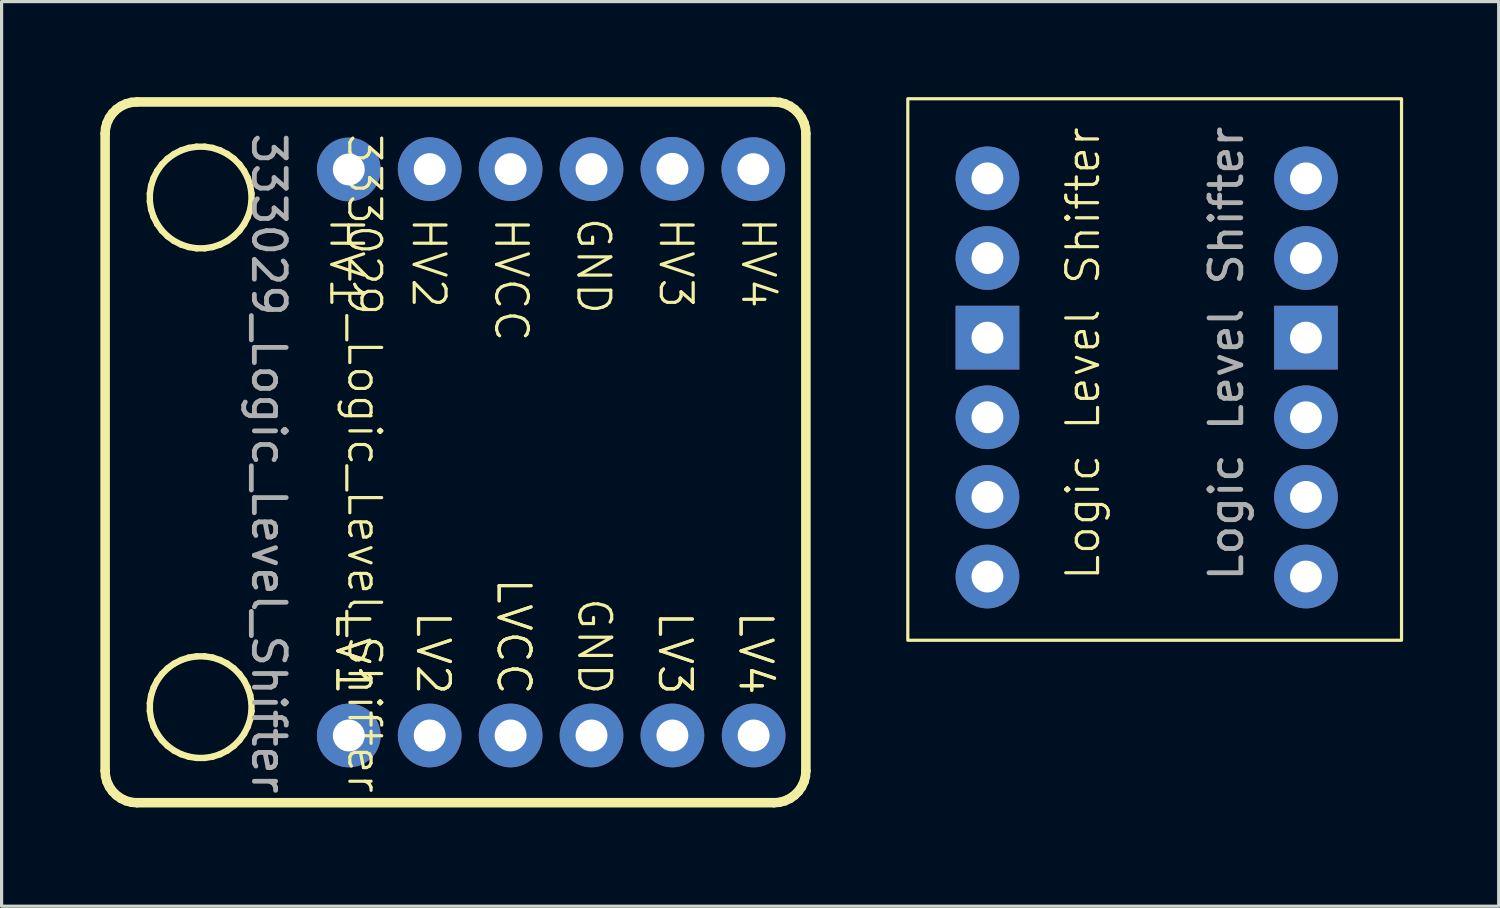
<source format=kicad_pcb>
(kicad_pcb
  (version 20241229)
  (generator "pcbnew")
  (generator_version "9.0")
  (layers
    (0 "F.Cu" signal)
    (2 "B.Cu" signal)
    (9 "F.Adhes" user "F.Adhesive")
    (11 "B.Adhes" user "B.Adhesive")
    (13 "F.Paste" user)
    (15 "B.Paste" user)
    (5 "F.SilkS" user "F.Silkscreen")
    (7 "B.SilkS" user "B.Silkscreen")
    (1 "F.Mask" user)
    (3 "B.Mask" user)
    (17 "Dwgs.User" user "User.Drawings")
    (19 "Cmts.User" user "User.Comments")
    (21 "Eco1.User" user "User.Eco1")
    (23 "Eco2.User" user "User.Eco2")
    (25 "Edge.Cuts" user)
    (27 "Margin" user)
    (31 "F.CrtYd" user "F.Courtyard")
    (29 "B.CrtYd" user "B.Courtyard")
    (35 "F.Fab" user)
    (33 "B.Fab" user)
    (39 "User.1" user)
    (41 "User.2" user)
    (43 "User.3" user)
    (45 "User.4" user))
  (footprint "333029_Logic_Level_Shifter"
    (layer "F.Cu")
    (at 0.25 22.15)
    (property "Reference" "333029_Logic_Level_Shifter" (at 8.14 -10.65 270) (unlocked yes) (layer "F.SilkS") (effects (font (size 1 1) (thickness 0.1))))
    (attr through_hole)
    (fp_line (start -0.05 -21) (end -0.034 -21.182) (stroke (width 0.2) (type default)) (layer "F.SilkS"))
    (fp_line (start -0.05 -1) (end -0.05 -21) (stroke (width 0.2) (type default)) (layer "F.SilkS"))
    (fp_line (start -0.034 -21.182) (end 0.013 -21.359) (stroke (width 0.2) (type default)) (layer "F.SilkS"))
    (fp_line (start -0.034 -0.818) (end -0.05 -1) (stroke (width 0.2) (type default)) (layer "F.SilkS"))
    (fp_line (start 0.013 -21.359) (end 0.091 -21.525) (stroke (width 0.2) (type default)) (layer "F.SilkS"))
    (fp_line (start 0.013 -0.641) (end -0.034 -0.818) (stroke (width 0.2) (type default)) (layer "F.SilkS"))
    (fp_line (start 0.05 -21.083) (end 0.05 -21) (stroke (width 0.2) (type default)) (layer "F.SilkS"))
    (fp_line (start 0.05 -21) (end 0.05 -1) (stroke (width 0.2) (type default)) (layer "F.SilkS"))
    (fp_line (start 0.05 -1) (end 0.05 -0.917) (stroke (width 0.2) (type default)) (layer "F.SilkS"))
    (fp_line (start 0.05 -0.917) (end 0.079 -0.753) (stroke (width 0.2) (type default)) (layer "F.SilkS"))
    (fp_line (start 0.079 -21.247) (end 0.05 -21.083) (stroke (width 0.2) (type default)) (layer "F.SilkS"))
    (fp_line (start 0.079 -0.753) (end 0.136 -0.597) (stroke (width 0.2) (type default)) (layer "F.SilkS"))
    (fp_line (start 0.091 -21.525) (end 0.196 -21.675) (stroke (width 0.2) (type default)) (layer "F.SilkS"))
    (fp_line (start 0.091 -0.475) (end 0.013 -0.641) (stroke (width 0.2) (type default)) (layer "F.SilkS"))
    (fp_line (start 0.136 -21.403) (end 0.079 -21.247) (stroke (width 0.2) (type default)) (layer "F.SilkS"))
    (fp_line (start 0.136 -0.597) (end 0.219 -0.453) (stroke (width 0.2) (type default)) (layer "F.SilkS"))
    (fp_line (start 0.196 -21.675) (end 0.325 -21.804) (stroke (width 0.2) (type default)) (layer "F.SilkS"))
    (fp_line (start 0.196 -0.325) (end 0.091 -0.475) (stroke (width 0.2) (type default)) (layer "F.SilkS"))
    (fp_line (start 0.219 -21.547) (end 0.136 -21.403) (stroke (width 0.2) (type default)) (layer "F.SilkS"))
    (fp_line (start 0.219 -0.453) (end 0.326 -0.326) (stroke (width 0.2) (type default)) (layer "F.SilkS"))
    (fp_line (start 0.325 -21.804) (end 0.475 -21.909) (stroke (width 0.2) (type default)) (layer "F.SilkS"))
    (fp_line (start 0.325 -0.196) (end 0.196 -0.325) (stroke (width 0.2) (type default)) (layer "F.SilkS"))
    (fp_line (start 0.326 -21.674) (end 0.219 -21.547) (stroke (width 0.2) (type default)) (layer "F.SilkS"))
    (fp_line (start 0.326 -0.326) (end 0.453 -0.219) (stroke (width 0.2) (type default)) (layer "F.SilkS"))
    (fp_line (start 0.453 -21.781) (end 0.326 -21.674) (stroke (width 0.2) (type default)) (layer "F.SilkS"))
    (fp_line (start 0.453 -0.219) (end 0.597 -0.136) (stroke (width 0.2) (type default)) (layer "F.SilkS"))
    (fp_line (start 0.475 -21.909) (end 0.641 -21.987) (stroke (width 0.2) (type default)) (layer "F.SilkS"))
    (fp_line (start 0.475 -0.091) (end 0.325 -0.196) (stroke (width 0.2) (type default)) (layer "F.SilkS"))
    (fp_line (start 0.597 -21.864) (end 0.453 -21.781) (stroke (width 0.2) (type default)) (layer "F.SilkS"))
    (fp_line (start 0.597 -0.136) (end 0.753 -0.079) (stroke (width 0.2) (type default)) (layer "F.SilkS"))
    (fp_line (start 0.641 -21.987) (end 0.818 -22.034) (stroke (width 0.2) (type default)) (layer "F.SilkS"))
    (fp_line (start 0.641 -0.013) (end 0.475 -0.091) (stroke (width 0.2) (type default)) (layer "F.SilkS"))
    (fp_line (start 0.753 -21.921) (end 0.597 -21.864) (stroke (width 0.2) (type default)) (layer "F.SilkS"))
    (fp_line (start 0.753 -0.079) (end 0.917 -0.05) (stroke (width 0.2) (type default)) (layer "F.SilkS"))
    (fp_line (start 0.818 -22.034) (end 1 -22.05) (stroke (width 0.2) (type default)) (layer "F.SilkS"))
    (fp_line (start 0.818 0.034) (end 0.641 -0.013) (stroke (width 0.2) (type default)) (layer "F.SilkS"))
    (fp_line (start 0.917 -21.95) (end 0.753 -21.921) (stroke (width 0.2) (type default)) (layer "F.SilkS"))
    (fp_line (start 0.917 -0.05) (end 1 -0.05) (stroke (width 0.2) (type default)) (layer "F.SilkS"))
    (fp_line (start 1 -22.05) (end 21 -22.05) (stroke (width 0.2) (type default)) (layer "F.SilkS"))
    (fp_line (start 1 -21.95) (end 0.917 -21.95) (stroke (width 0.2) (type default)) (layer "F.SilkS"))
    (fp_line (start 1 -0.05) (end 21 -0.05) (stroke (width 0.2) (type default)) (layer "F.SilkS"))
    (fp_line (start 1 0.05) (end 0.818 0.034) (stroke (width 0.2) (type default)) (layer "F.SilkS"))
    (fp_line (start 1.405 -19.126) (end 1.444 -19.374) (stroke (width 0.2) (type default)) (layer "F.SilkS"))
    (fp_line (start 1.405 -18.874) (end 1.405 -19.126) (stroke (width 0.2) (type default)) (layer "F.SilkS"))
    (fp_line (start 1.405 -3.126) (end 1.444 -3.374) (stroke (width 0.2) (type default)) (layer "F.SilkS"))
    (fp_line (start 1.405 -2.874) (end 1.405 -3.126) (stroke (width 0.2) (type default)) (layer "F.SilkS"))
    (fp_line (start 1.444 -19.374) (end 1.522 -19.612) (stroke (width 0.2) (type default)) (layer "F.SilkS"))
    (fp_line (start 1.444 -18.626) (end 1.405 -18.874) (stroke (width 0.2) (type default)) (layer "F.SilkS"))
    (fp_line (start 1.444 -3.374) (end 1.522 -3.612) (stroke (width 0.2) (type default)) (layer "F.SilkS"))
    (fp_line (start 1.444 -2.626) (end 1.405 -2.874) (stroke (width 0.2) (type default)) (layer "F.SilkS"))
    (fp_line (start 1.522 -19.612) (end 1.636 -19.836) (stroke (width 0.2) (type default)) (layer "F.SilkS"))
    (fp_line (start 1.522 -18.388) (end 1.444 -18.626) (stroke (width 0.2) (type default)) (layer "F.SilkS"))
    (fp_line (start 1.522 -3.612) (end 1.636 -3.836) (stroke (width 0.2) (type default)) (layer "F.SilkS"))
    (fp_line (start 1.522 -2.388) (end 1.444 -2.626) (stroke (width 0.2) (type default)) (layer "F.SilkS"))
    (fp_line (start 1.636 -19.836) (end 1.783 -20.039) (stroke (width 0.2) (type default)) (layer "F.SilkS"))
    (fp_line (start 1.636 -18.164) (end 1.522 -18.388) (stroke (width 0.2) (type default)) (layer "F.SilkS"))
    (fp_line (start 1.636 -3.836) (end 1.783 -4.039) (stroke (width 0.2) (type default)) (layer "F.SilkS"))
    (fp_line (start 1.636 -2.164) (end 1.522 -2.388) (stroke (width 0.2) (type default)) (layer "F.SilkS"))
    (fp_line (start 1.783 -20.039) (end 1.961 -20.217) (stroke (width 0.2) (type default)) (layer "F.SilkS"))
    (fp_line (start 1.783 -17.961) (end 1.636 -18.164) (stroke (width 0.2) (type default)) (layer "F.SilkS"))
    (fp_line (start 1.783 -4.039) (end 1.961 -4.217) (stroke (width 0.2) (type default)) (layer "F.SilkS"))
    (fp_line (start 1.783 -1.961) (end 1.636 -2.164) (stroke (width 0.2) (type default)) (layer "F.SilkS"))
    (fp_line (start 1.961 -20.217) (end 2.164 -20.364) (stroke (width 0.2) (type default)) (layer "F.SilkS"))
    (fp_line (start 1.961 -17.783) (end 1.783 -17.961) (stroke (width 0.2) (type default)) (layer "F.SilkS"))
    (fp_line (start 1.961 -4.217) (end 2.164 -4.364) (stroke (width 0.2) (type default)) (layer "F.SilkS"))
    (fp_line (start 1.961 -1.783) (end 1.783 -1.961) (stroke (width 0.2) (type default)) (layer "F.SilkS"))
    (fp_line (start 2.164 -20.364) (end 2.388 -20.478) (stroke (width 0.2) (type default)) (layer "F.SilkS"))
    (fp_line (start 2.164 -17.636) (end 1.961 -17.783) (stroke (width 0.2) (type default)) (layer "F.SilkS"))
    (fp_line (start 2.164 -4.364) (end 2.388 -4.478) (stroke (width 0.2) (type default)) (layer "F.SilkS"))
    (fp_line (start 2.164 -1.636) (end 1.961 -1.783) (stroke (width 0.2) (type default)) (layer "F.SilkS"))
    (fp_line (start 2.388 -20.478) (end 2.626 -20.556) (stroke (width 0.2) (type default)) (layer "F.SilkS"))
    (fp_line (start 2.388 -17.522) (end 2.164 -17.636) (stroke (width 0.2) (type default)) (layer "F.SilkS"))
    (fp_line (start 2.388 -4.478) (end 2.626 -4.556) (stroke (width 0.2) (type default)) (layer "F.SilkS"))
    (fp_line (start 2.388 -1.522) (end 2.164 -1.636) (stroke (width 0.2) (type default)) (layer "F.SilkS"))
    (fp_line (start 2.626 -20.556) (end 2.874 -20.595) (stroke (width 0.2) (type default)) (layer "F.SilkS"))
    (fp_line (start 2.626 -17.444) (end 2.388 -17.522) (stroke (width 0.2) (type default)) (layer "F.SilkS"))
    (fp_line (start 2.626 -4.556) (end 2.874 -4.595) (stroke (width 0.2) (type default)) (layer "F.SilkS"))
    (fp_line (start 2.626 -1.444) (end 2.388 -1.522) (stroke (width 0.2) (type default)) (layer "F.SilkS"))
    (fp_line (start 2.874 -20.595) (end 3.126 -20.595) (stroke (width 0.2) (type default)) (layer "F.SilkS"))
    (fp_line (start 2.874 -17.405) (end 2.626 -17.444) (stroke (width 0.2) (type default)) (layer "F.SilkS"))
    (fp_line (start 2.874 -4.595) (end 3.126 -4.595) (stroke (width 0.2) (type default)) (layer "F.SilkS"))
    (fp_line (start 2.874 -1.405) (end 2.626 -1.444) (stroke (width 0.2) (type default)) (layer "F.SilkS"))
    (fp_line (start 3.126 -20.595) (end 3.374 -20.556) (stroke (width 0.2) (type default)) (layer "F.SilkS"))
    (fp_line (start 3.126 -17.405) (end 2.874 -17.405) (stroke (width 0.2) (type default)) (layer "F.SilkS"))
    (fp_line (start 3.126 -4.595) (end 3.374 -4.556) (stroke (width 0.2) (type default)) (layer "F.SilkS"))
    (fp_line (start 3.126 -1.405) (end 2.874 -1.405) (stroke (width 0.2) (type default)) (layer "F.SilkS"))
    (fp_line (start 3.374 -20.556) (end 3.612 -20.478) (stroke (width 0.2) (type default)) (layer "F.SilkS"))
    (fp_line (start 3.374 -17.444) (end 3.126 -17.405) (stroke (width 0.2) (type default)) (layer "F.SilkS"))
    (fp_line (start 3.374 -4.556) (end 3.612 -4.478) (stroke (width 0.2) (type default)) (layer "F.SilkS"))
    (fp_line (start 3.374 -1.444) (end 3.126 -1.405) (stroke (width 0.2) (type default)) (layer "F.SilkS"))
    (fp_line (start 3.612 -20.478) (end 3.836 -20.364) (stroke (width 0.2) (type default)) (layer "F.SilkS"))
    (fp_line (start 3.612 -17.522) (end 3.374 -17.444) (stroke (width 0.2) (type default)) (layer "F.SilkS"))
    (fp_line (start 3.612 -4.478) (end 3.836 -4.364) (stroke (width 0.2) (type default)) (layer "F.SilkS"))
    (fp_line (start 3.612 -1.522) (end 3.374 -1.444) (stroke (width 0.2) (type default)) (layer "F.SilkS"))
    (fp_line (start 3.836 -20.364) (end 4.039 -20.217) (stroke (width 0.2) (type default)) (layer "F.SilkS"))
    (fp_line (start 3.836 -17.636) (end 3.612 -17.522) (stroke (width 0.2) (type default)) (layer "F.SilkS"))
    (fp_line (start 3.836 -4.364) (end 4.039 -4.217) (stroke (width 0.2) (type default)) (layer "F.SilkS"))
    (fp_line (start 3.836 -1.636) (end 3.612 -1.522) (stroke (width 0.2) (type default)) (layer "F.SilkS"))
    (fp_line (start 4.039 -20.217) (end 4.217 -20.039) (stroke (width 0.2) (type default)) (layer "F.SilkS"))
    (fp_line (start 4.039 -17.783) (end 3.836 -17.636) (stroke (width 0.2) (type default)) (layer "F.SilkS"))
    (fp_line (start 4.039 -4.217) (end 4.217 -4.039) (stroke (width 0.2) (type default)) (layer "F.SilkS"))
    (fp_line (start 4.039 -1.783) (end 3.836 -1.636) (stroke (width 0.2) (type default)) (layer "F.SilkS"))
    (fp_line (start 4.217 -20.039) (end 4.364 -19.836) (stroke (width 0.2) (type default)) (layer "F.SilkS"))
    (fp_line (start 4.217 -17.961) (end 4.039 -17.783) (stroke (width 0.2) (type default)) (layer "F.SilkS"))
    (fp_line (start 4.217 -4.039) (end 4.364 -3.836) (stroke (width 0.2) (type default)) (layer "F.SilkS"))
    (fp_line (start 4.217 -1.961) (end 4.039 -1.783) (stroke (width 0.2) (type default)) (layer "F.SilkS"))
    (fp_line (start 4.364 -19.836) (end 4.478 -19.612) (stroke (width 0.2) (type default)) (layer "F.SilkS"))
    (fp_line (start 4.364 -18.164) (end 4.217 -17.961) (stroke (width 0.2) (type default)) (layer "F.SilkS"))
    (fp_line (start 4.364 -3.836) (end 4.478 -3.612) (stroke (width 0.2) (type default)) (layer "F.SilkS"))
    (fp_line (start 4.364 -2.164) (end 4.217 -1.961) (stroke (width 0.2) (type default)) (layer "F.SilkS"))
    (fp_line (start 4.478 -19.612) (end 4.556 -19.374) (stroke (width 0.2) (type default)) (layer "F.SilkS"))
    (fp_line (start 4.478 -18.388) (end 4.364 -18.164) (stroke (width 0.2) (type default)) (layer "F.SilkS"))
    (fp_line (start 4.478 -3.612) (end 4.556 -3.374) (stroke (width 0.2) (type default)) (layer "F.SilkS"))
    (fp_line (start 4.478 -2.388) (end 4.364 -2.164) (stroke (width 0.2) (type default)) (layer "F.SilkS"))
    (fp_line (start 4.556 -19.374) (end 4.595 -19.126) (stroke (width 0.2) (type default)) (layer "F.SilkS"))
    (fp_line (start 4.556 -18.626) (end 4.478 -18.388) (stroke (width 0.2) (type default)) (layer "F.SilkS"))
    (fp_line (start 4.556 -3.374) (end 4.595 -3.126) (stroke (width 0.2) (type default)) (layer "F.SilkS"))
    (fp_line (start 4.556 -2.626) (end 4.478 -2.388) (stroke (width 0.2) (type default)) (layer "F.SilkS"))
    (fp_line (start 4.595 -19.126) (end 4.595 -18.874) (stroke (width 0.2) (type default)) (layer "F.SilkS"))
    (fp_line (start 4.595 -18.874) (end 4.556 -18.626) (stroke (width 0.2) (type default)) (layer "F.SilkS"))
    (fp_line (start 4.595 -3.126) (end 4.595 -2.874) (stroke (width 0.2) (type default)) (layer "F.SilkS"))
    (fp_line (start 4.595 -2.874) (end 4.556 -2.626) (stroke (width 0.2) (type default)) (layer "F.SilkS"))
    (fp_line (start 21 -22.05) (end 21.182 -22.034) (stroke (width 0.2) (type default)) (layer "F.SilkS"))
    (fp_line (start 21 -21.95) (end 1 -21.95) (stroke (width 0.2) (type default)) (layer "F.SilkS"))
    (fp_line (start 21 -0.05) (end 21.083 -0.05) (stroke (width 0.2) (type default)) (layer "F.SilkS"))
    (fp_line (start 21 0.05) (end 1 0.05) (stroke (width 0.2) (type default)) (layer "F.SilkS"))
    (fp_line (start 21.083 -21.95) (end 21 -21.95) (stroke (width 0.2) (type default)) (layer "F.SilkS"))
    (fp_line (start 21.083 -0.05) (end 21.247 -0.079) (stroke (width 0.2) (type default)) (layer "F.SilkS"))
    (fp_line (start 21.182 -22.034) (end 21.359 -21.987) (stroke (width 0.2) (type default)) (layer "F.SilkS"))
    (fp_line (start 21.182 0.034) (end 21 0.05) (stroke (width 0.2) (type default)) (layer "F.SilkS"))
    (fp_line (start 21.247 -21.921) (end 21.083 -21.95) (stroke (width 0.2) (type default)) (layer "F.SilkS"))
    (fp_line (start 21.247 -0.079) (end 21.403 -0.136) (stroke (width 0.2) (type default)) (layer "F.SilkS"))
    (fp_line (start 21.359 -21.987) (end 21.525 -21.909) (stroke (width 0.2) (type default)) (layer "F.SilkS"))
    (fp_line (start 21.359 -0.013) (end 21.182 0.034) (stroke (width 0.2) (type default)) (layer "F.SilkS"))
    (fp_line (start 21.403 -21.864) (end 21.247 -21.921) (stroke (width 0.2) (type default)) (layer "F.SilkS"))
    (fp_line (start 21.403 -0.136) (end 21.547 -0.219) (stroke (width 0.2) (type default)) (layer "F.SilkS"))
    (fp_line (start 21.525 -21.909) (end 21.675 -21.804) (stroke (width 0.2) (type default)) (layer "F.SilkS"))
    (fp_line (start 21.525 -0.091) (end 21.359 -0.013) (stroke (width 0.2) (type default)) (layer "F.SilkS"))
    (fp_line (start 21.547 -21.781) (end 21.403 -21.864) (stroke (width 0.2) (type default)) (layer "F.SilkS"))
    (fp_line (start 21.547 -0.219) (end 21.674 -0.326) (stroke (width 0.2) (type default)) (layer "F.SilkS"))
    (fp_line (start 21.674 -21.674) (end 21.547 -21.781) (stroke (width 0.2) (type default)) (layer "F.SilkS"))
    (fp_line (start 21.674 -0.326) (end 21.781 -0.453) (stroke (width 0.2) (type default)) (layer "F.SilkS"))
    (fp_line (start 21.675 -21.804) (end 21.804 -21.675) (stroke (width 0.2) (type default)) (layer "F.SilkS"))
    (fp_line (start 21.675 -0.196) (end 21.525 -0.091) (stroke (width 0.2) (type default)) (layer "F.SilkS"))
    (fp_line (start 21.781 -21.547) (end 21.674 -21.674) (stroke (width 0.2) (type default)) (layer "F.SilkS"))
    (fp_line (start 21.781 -0.453) (end 21.864 -0.597) (stroke (width 0.2) (type default)) (layer "F.SilkS"))
    (fp_line (start 21.804 -21.675) (end 21.909 -21.525) (stroke (width 0.2) (type default)) (layer "F.SilkS"))
    (fp_line (start 21.804 -0.325) (end 21.675 -0.196) (stroke (width 0.2) (type default)) (layer "F.SilkS"))
    (fp_line (start 21.864 -21.403) (end 21.781 -21.547) (stroke (width 0.2) (type default)) (layer "F.SilkS"))
    (fp_line (start 21.864 -0.597) (end 21.921 -0.753) (stroke (width 0.2) (type default)) (layer "F.SilkS"))
    (fp_line (start 21.909 -21.525) (end 21.987 -21.359) (stroke (width 0.2) (type default)) (layer "F.SilkS"))
    (fp_line (start 21.909 -0.475) (end 21.804 -0.325) (stroke (width 0.2) (type default)) (layer "F.SilkS"))
    (fp_line (start 21.921 -21.247) (end 21.864 -21.403) (stroke (width 0.2) (type default)) (layer "F.SilkS"))
    (fp_line (start 21.921 -0.753) (end 21.95 -0.917) (stroke (width 0.2) (type default)) (layer "F.SilkS"))
    (fp_line (start 21.95 -21.083) (end 21.921 -21.247) (stroke (width 0.2) (type default)) (layer "F.SilkS"))
    (fp_line (start 21.95 -21) (end 21.95 -21.083) (stroke (width 0.2) (type default)) (layer "F.SilkS"))
    (fp_line (start 21.95 -1) (end 21.95 -21) (stroke (width 0.2) (type default)) (layer "F.SilkS"))
    (fp_line (start 21.95 -0.917) (end 21.95 -1) (stroke (width 0.2) (type default)) (layer "F.SilkS"))
    (fp_line (start 21.987 -21.359) (end 22.034 -21.182) (stroke (width 0.2) (type default)) (layer "F.SilkS"))
    (fp_line (start 21.987 -0.641) (end 21.909 -0.475) (stroke (width 0.2) (type default)) (layer "F.SilkS"))
    (fp_line (start 22.034 -21.182) (end 22.05 -21) (stroke (width 0.2) (type default)) (layer "F.SilkS"))
    (fp_line (start 22.034 -0.818) (end 21.987 -0.641) (stroke (width 0.2) (type default)) (layer "F.SilkS"))
    (fp_line (start 22.05 -21) (end 22.05 -1) (stroke (width 0.2) (type default)) (layer "F.SilkS"))
    (fp_line (start 22.05 -1) (end 22.034 -0.818) (stroke (width 0.2) (type default)) (layer "F.SilkS"))
    (fp_text user "HV1" (at 6.99 -18.44 270) (unlocked yes) (layer "F.SilkS") (effects (font (size 1 1) (thickness 0.1)) (justify left bottom)))
    (fp_text user "GND" (at 14.776 -3.32 270) (unlocked yes) (layer "F.SilkS") (effects (font (size 1 1) (thickness 0.1)) (justify right bottom)))
    (fp_text user "LV2" (at 9.712 -3.32 270) (unlocked yes) (layer "F.SilkS") (effects (font (size 1 1) (thickness 0.1)) (justify right bottom)))
    (fp_text user "LV2" (at 9.712 -3.32 270) (unlocked yes) (layer "F.SilkS") (effects (font (size 1 1) (thickness 0.1)) (justify right bottom)))
    (fp_text user "LV1" (at 7.18 -3.32 270) (unlocked yes) (layer "F.SilkS") (effects (font (size 1 1) (thickness 0.1)) (justify right bottom)))
    (fp_text user "LV4" (at 19.84 -3.32 270) (unlocked yes) (layer "F.SilkS") (effects (font (size 1 1) (thickness 0.1)) (justify right bottom)))
    (fp_text user "GND" (at 14.748 -18.44 270) (unlocked yes) (layer "F.SilkS") (effects (font (size 1 1) (thickness 0.1)) (justify left bottom)))
    (fp_text user "LV1" (at 7.18 -3.32 270) (unlocked yes) (layer "F.SilkS") (effects (font (size 1 1) (thickness 0.1)) (justify right bottom)))
    (fp_text user "HV3" (at 17.334 -18.44 270) (unlocked yes) (layer "F.SilkS") (effects (font (size 1 1) (thickness 0.1)) (justify left bottom)))
    (fp_text user "LV4" (at 19.84 -3.32 270) (unlocked yes) (layer "F.SilkS") (effects (font (size 1 1) (thickness 0.1)) (justify right bottom)))
    (fp_text user "HV2" (at 9.576 -18.44 270) (unlocked yes) (layer "F.SilkS") (effects (font (size 1 1) (thickness 0.1)) (justify left bottom)))
    (fp_text user "LV3" (at 17.308 -3.32 270) (unlocked yes) (layer "F.SilkS") (effects (font (size 1 1) (thickness 0.1)) (justify right bottom)))
    (fp_text user "HV4" (at 19.92 -18.44 270) (unlocked yes) (layer "F.SilkS") (effects (font (size 1 1) (thickness 0.1)) (justify left bottom)))
    (fp_text user "LVCC" (at 12.244 -3.32 270) (unlocked yes) (layer "F.SilkS") (effects (font (size 1 1) (thickness 0.1)) (justify right bottom)))
    (fp_text user "LV3" (at 17.308 -3.32 270) (unlocked yes) (layer "F.SilkS") (effects (font (size 1 1) (thickness 0.1)) (justify right bottom)))
    (fp_text user "LVCC" (at 12.244 -3.32 270) (unlocked yes) (layer "F.SilkS") (effects (font (size 1 1) (thickness 0.1)) (justify right bottom)))
    (fp_text user "HVCC" (at 12.162 -18.44 270) (unlocked yes) (layer "F.SilkS") (effects (font (size 1 1) (thickness 0.1)) (justify left bottom)))
    (fp_text user "${REFERENCE}" (at 5.14 -10.65 270) (unlocked yes) (layer "F.Fab") (effects (font (size 1 1) (thickness 0.15))))
    (pad "1" thru_hole circle (at 20.35 -19.89) (size 2 2) (drill 1) (layers "*.Cu" "*.Mask"))
    (pad "2" thru_hole circle (at 17.81 -19.9) (size 2 2) (drill 1) (layers "*.Cu" "*.Mask"))
    (pad "3" thru_hole circle (at 15.27 -19.89) (size 2 2) (drill 1) (layers "*.Cu" "*.Mask"))
    (pad "4" thru_hole circle (at 12.73 -19.89) (size 2 2) (drill 1) (layers "*.Cu" "*.Mask"))
    (pad "5" thru_hole circle (at 10.19 -19.89) (size 2 2) (drill 1) (layers "*.Cu" "*.Mask"))
    (pad "6" thru_hole circle (at 7.65 -19.88) (size 2 2) (drill 1) (layers "*.Cu" "*.Mask"))
    (pad "7" thru_hole circle (at 20.36 -2.11) (size 2 2) (drill 1) (layers "*.Cu" "*.Mask"))
    (pad "8" thru_hole circle (at 17.81 -2.11) (size 2 2) (drill 1) (layers "*.Cu" "*.Mask"))
    (pad "9" thru_hole circle (at 15.27 -2.11) (size 2 2) (drill 1) (layers "*.Cu" "*.Mask"))
    (pad "10" thru_hole circle (at 12.73 -2.11) (size 2 2) (drill 1) (layers "*.Cu" "*.Mask"))
    (pad "11" thru_hole circle (at 10.19 -2.11) (size 2 2) (drill 1) (layers "*.Cu" "*.Mask"))
    (pad "12" thru_hole circle (at 7.65 -2.11) (size 2 2) (drill 1) (layers "*.Cu" "*.Mask")))
  (footprint "Logic Level Shifter"
    (layer "F.Cu")
    (at 32.45 8.05)
    (property "Reference" "Logic Level Shifter" (at -1.5 0 90) (unlocked yes) (layer "F.SilkS") (effects (font (size 1 1) (thickness 0.1))))
    (attr smd)
    (fp_rect (start -7 -8) (end 8.5 9) (stroke (width 0.1) (type default)) (fill no) (layer "F.SilkS"))
    (fp_text user "${REFERENCE}" (at 3 0 90) (unlocked yes) (layer "F.Fab") (effects (font (size 1 1) (thickness 0.15))))
    (pad "1" thru_hole circle (at -4.5 -5.5) (size 2 2) (drill 1) (layers "*.Cu" "*.Mask"))
    (pad "2" thru_hole circle (at -4.5 -3) (size 2 2) (drill 1) (layers "*.Cu" "*.Mask"))
    (pad "3" thru_hole rect (at -4.5 -0.5) (size 2 2) (drill 1) (layers "*.Cu" "*.Mask"))
    (pad "4" thru_hole circle (at -4.5 2) (size 2 2) (drill 1) (layers "*.Cu" "*.Mask"))
    (pad "5" thru_hole circle (at -4.5 4.5) (size 2 2) (drill 1) (layers "*.Cu" "*.Mask"))
    (pad "6" thru_hole circle (at -4.5 7) (size 2 2) (drill 1) (layers "*.Cu" "*.Mask"))
    (pad "7" thru_hole circle (at 5.5 -5.5) (size 2 2) (drill 1) (layers "*.Cu" "*.Mask"))
    (pad "8" thru_hole circle (at 5.5 -3) (size 2 2) (drill 1) (layers "*.Cu" "*.Mask"))
    (pad "9" thru_hole rect (at 5.5 -0.5) (size 2 2) (drill 1) (layers "*.Cu" "*.Mask"))
    (pad "10" thru_hole circle (at 5.5 2) (size 2 2) (drill 1) (layers "*.Cu" "*.Mask"))
    (pad "11" thru_hole circle (at 5.5 4.5) (size 2 2) (drill 1) (layers "*.Cu" "*.Mask"))
    (pad "12" thru_hole circle (at 5.5 7) (size 2 2) (drill 1) (layers "*.Cu" "*.Mask")))
  (gr_rect
    (start -3 -3)
    (end 44 25.4)
    (stroke (width 0.1) (type default))
    (fill no)
    (layer "Edge.Cuts")))
</source>
